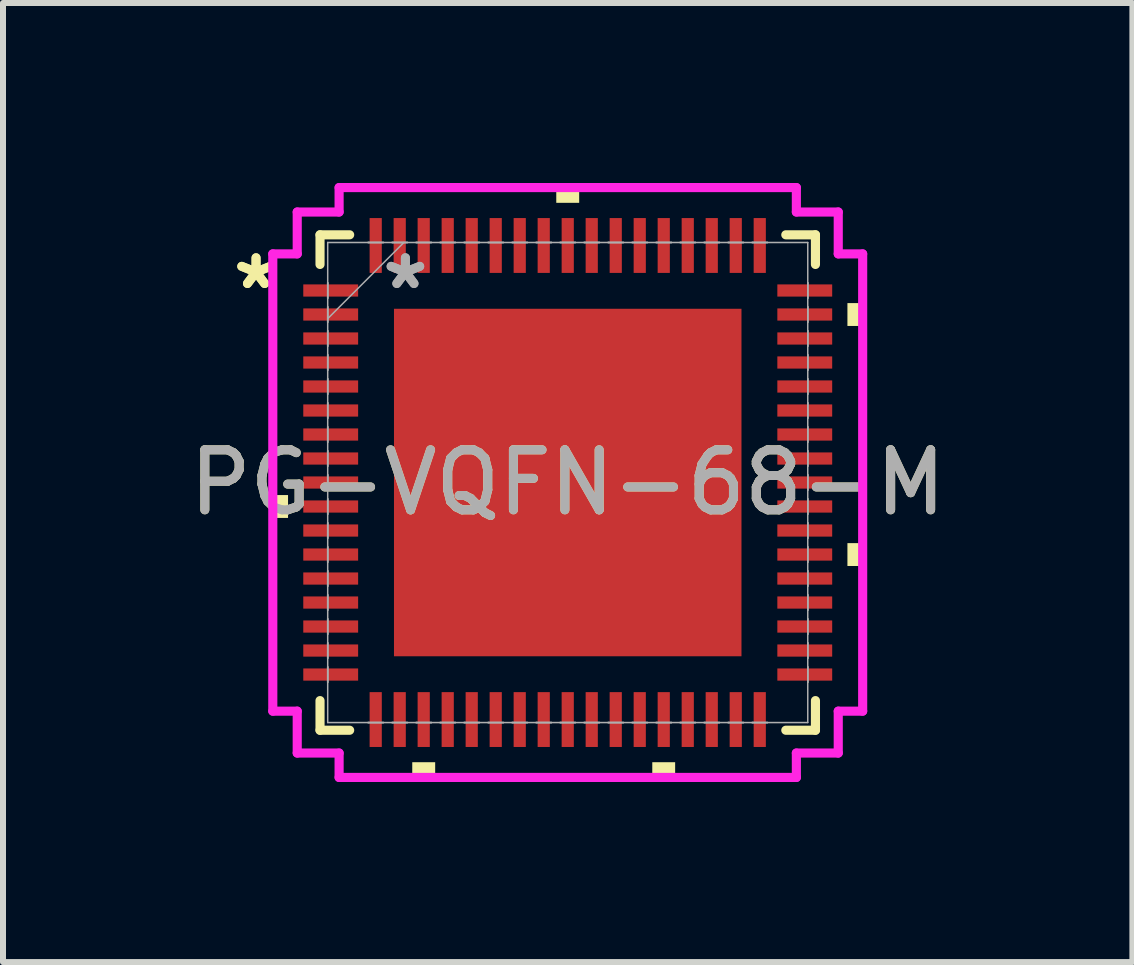
<source format=kicad_pcb>
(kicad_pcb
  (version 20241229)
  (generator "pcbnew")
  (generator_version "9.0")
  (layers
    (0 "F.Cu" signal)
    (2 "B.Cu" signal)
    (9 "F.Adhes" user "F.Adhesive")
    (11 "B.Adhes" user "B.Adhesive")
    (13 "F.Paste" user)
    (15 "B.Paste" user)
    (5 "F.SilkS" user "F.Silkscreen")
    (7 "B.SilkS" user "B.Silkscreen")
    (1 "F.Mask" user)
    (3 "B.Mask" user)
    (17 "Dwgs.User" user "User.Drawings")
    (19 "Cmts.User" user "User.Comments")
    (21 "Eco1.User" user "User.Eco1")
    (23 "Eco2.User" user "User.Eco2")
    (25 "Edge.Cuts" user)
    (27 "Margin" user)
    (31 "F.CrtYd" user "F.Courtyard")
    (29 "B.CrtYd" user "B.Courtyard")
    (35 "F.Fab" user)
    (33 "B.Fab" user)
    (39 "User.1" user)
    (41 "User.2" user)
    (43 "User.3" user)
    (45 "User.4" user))
  (footprint "PG-VQFN-68-M"
    (layer "F.Cu")
    (at 6.411 4.991)
    (property "Reference" "PG-VQFN-68-M" (at 0 0 0) (unlocked yes) (layer "F.SilkS") (effects (font (size 1 1) (thickness 0.15))))
    (attr smd)
    (fp_line (start -4.128 -4.128) (end -4.128 -3.634) (stroke (width 0.152) (type solid)) (layer "F.SilkS"))
    (fp_line (start -4.128 3.634) (end -4.128 4.128) (stroke (width 0.152) (type solid)) (layer "F.SilkS"))
    (fp_line (start -4.128 4.128) (end -3.634 4.128) (stroke (width 0.152) (type solid)) (layer "F.SilkS"))
    (fp_line (start -3.634 -4.128) (end -4.128 -4.128) (stroke (width 0.152) (type solid)) (layer "F.SilkS"))
    (fp_line (start 3.634 4.128) (end 4.128 4.128) (stroke (width 0.152) (type solid)) (layer "F.SilkS"))
    (fp_line (start 4.128 -4.128) (end 3.634 -4.128) (stroke (width 0.152) (type solid)) (layer "F.SilkS"))
    (fp_line (start 4.128 -3.634) (end 4.128 -4.128) (stroke (width 0.152) (type solid)) (layer "F.SilkS"))
    (fp_line (start 4.128 4.128) (end 4.128 3.634) (stroke (width 0.152) (type solid)) (layer "F.SilkS"))
    (fp_poly (pts (xy -4.915 0.209) (xy -4.915 0.59) (xy -4.661 0.59) (xy -4.661 0.209)) (stroke (width 0) (type solid)) (fill yes) (layer "F.SilkS"))
    (fp_poly (pts (xy -2.591 4.661) (xy -2.591 4.915) (xy -2.209 4.915) (xy -2.209 4.661)) (stroke (width 0) (type solid)) (fill yes) (layer "F.SilkS"))
    (fp_poly (pts (xy -0.191 -4.661) (xy -0.191 -4.915) (xy 0.191 -4.915) (xy 0.191 -4.661)) (stroke (width 0) (type solid)) (fill yes) (layer "F.SilkS"))
    (fp_poly (pts (xy 1.409 4.661) (xy 1.409 4.915) (xy 1.79 4.915) (xy 1.79 4.661)) (stroke (width 0) (type solid)) (fill yes) (layer "F.SilkS"))
    (fp_poly (pts (xy 4.915 -2.99) (xy 4.915 -2.609) (xy 4.661 -2.609) (xy 4.661 -2.99)) (stroke (width 0) (type solid)) (fill yes) (layer "F.SilkS"))
    (fp_poly (pts (xy 4.915 1.01) (xy 4.915 1.391) (xy 4.661 1.391) (xy 4.661 1.01)) (stroke (width 0) (type solid)) (fill yes) (layer "F.SilkS"))
    (fp_line (start -4.915 -3.81) (end -4.508 -3.81) (stroke (width 0.152) (type solid)) (layer "F.CrtYd"))
    (fp_line (start -4.915 3.81) (end -4.915 -3.81) (stroke (width 0.152) (type solid)) (layer "F.CrtYd"))
    (fp_line (start -4.508 -4.508) (end -3.81 -4.508) (stroke (width 0.152) (type solid)) (layer "F.CrtYd"))
    (fp_line (start -4.508 -3.81) (end -4.508 -4.508) (stroke (width 0.152) (type solid)) (layer "F.CrtYd"))
    (fp_line (start -4.508 3.81) (end -4.915 3.81) (stroke (width 0.152) (type solid)) (layer "F.CrtYd"))
    (fp_line (start -4.508 4.508) (end -4.508 3.81) (stroke (width 0.152) (type solid)) (layer "F.CrtYd"))
    (fp_line (start -3.81 -4.915) (end 3.81 -4.915) (stroke (width 0.152) (type solid)) (layer "F.CrtYd"))
    (fp_line (start -3.81 -4.508) (end -3.81 -4.915) (stroke (width 0.152) (type solid)) (layer "F.CrtYd"))
    (fp_line (start -3.81 4.508) (end -4.508 4.508) (stroke (width 0.152) (type solid)) (layer "F.CrtYd"))
    (fp_line (start -3.81 4.915) (end -3.81 4.508) (stroke (width 0.152) (type solid)) (layer "F.CrtYd"))
    (fp_line (start 3.81 -4.915) (end 3.81 -4.508) (stroke (width 0.152) (type solid)) (layer "F.CrtYd"))
    (fp_line (start 3.81 -4.508) (end 4.508 -4.508) (stroke (width 0.152) (type solid)) (layer "F.CrtYd"))
    (fp_line (start 3.81 4.508) (end 3.81 4.915) (stroke (width 0.152) (type solid)) (layer "F.CrtYd"))
    (fp_line (start 3.81 4.915) (end -3.81 4.915) (stroke (width 0.152) (type solid)) (layer "F.CrtYd"))
    (fp_line (start 4.508 -4.508) (end 4.508 -3.81) (stroke (width 0.152) (type solid)) (layer "F.CrtYd"))
    (fp_line (start 4.508 -3.81) (end 4.915 -3.81) (stroke (width 0.152) (type solid)) (layer "F.CrtYd"))
    (fp_line (start 4.508 3.81) (end 4.508 4.508) (stroke (width 0.152) (type solid)) (layer "F.CrtYd"))
    (fp_line (start 4.508 4.508) (end 3.81 4.508) (stroke (width 0.152) (type solid)) (layer "F.CrtYd"))
    (fp_line (start 4.915 -3.81) (end 4.915 3.81) (stroke (width 0.152) (type solid)) (layer "F.CrtYd"))
    (fp_line (start 4.915 3.81) (end 4.508 3.81) (stroke (width 0.152) (type solid)) (layer "F.CrtYd"))
    (fp_line (start -4 -4) (end -4 4) (stroke (width 0.025) (type solid)) (layer "F.Fab"))
    (fp_line (start -4 -3.327) (end -4 -3.327) (stroke (width 0.025) (type solid)) (layer "F.Fab"))
    (fp_line (start -4 -3.327) (end -4 -3.073) (stroke (width 0.025) (type solid)) (layer "F.Fab"))
    (fp_line (start -4 -3.073) (end -4 -3.327) (stroke (width 0.025) (type solid)) (layer "F.Fab"))
    (fp_line (start -4 -3.073) (end -4 -3.073) (stroke (width 0.025) (type solid)) (layer "F.Fab"))
    (fp_line (start -4 -2.927) (end -4 -2.927) (stroke (width 0.025) (type solid)) (layer "F.Fab"))
    (fp_line (start -4 -2.927) (end -4 -2.673) (stroke (width 0.025) (type solid)) (layer "F.Fab"))
    (fp_line (start -4 -2.731) (end -2.731 -4) (stroke (width 0.025) (type solid)) (layer "F.Fab"))
    (fp_line (start -4 -2.673) (end -4 -2.927) (stroke (width 0.025) (type solid)) (layer "F.Fab"))
    (fp_line (start -4 -2.673) (end -4 -2.673) (stroke (width 0.025) (type solid)) (layer "F.Fab"))
    (fp_line (start -4 -2.527) (end -4 -2.527) (stroke (width 0.025) (type solid)) (layer "F.Fab"))
    (fp_line (start -4 -2.527) (end -4 -2.273) (stroke (width 0.025) (type solid)) (layer "F.Fab"))
    (fp_line (start -4 -2.273) (end -4 -2.527) (stroke (width 0.025) (type solid)) (layer "F.Fab"))
    (fp_line (start -4 -2.273) (end -4 -2.273) (stroke (width 0.025) (type solid)) (layer "F.Fab"))
    (fp_line (start -4 -2.127) (end -4 -2.127) (stroke (width 0.025) (type solid)) (layer "F.Fab"))
    (fp_line (start -4 -2.127) (end -4 -1.873) (stroke (width 0.025) (type solid)) (layer "F.Fab"))
    (fp_line (start -4 -1.873) (end -4 -2.127) (stroke (width 0.025) (type solid)) (layer "F.Fab"))
    (fp_line (start -4 -1.873) (end -4 -1.873) (stroke (width 0.025) (type solid)) (layer "F.Fab"))
    (fp_line (start -4 -1.727) (end -4 -1.727) (stroke (width 0.025) (type solid)) (layer "F.Fab"))
    (fp_line (start -4 -1.727) (end -4 -1.473) (stroke (width 0.025) (type solid)) (layer "F.Fab"))
    (fp_line (start -4 -1.473) (end -4 -1.727) (stroke (width 0.025) (type solid)) (layer "F.Fab"))
    (fp_line (start -4 -1.473) (end -4 -1.473) (stroke (width 0.025) (type solid)) (layer "F.Fab"))
    (fp_line (start -4 -1.327) (end -4 -1.327) (stroke (width 0.025) (type solid)) (layer "F.Fab"))
    (fp_line (start -4 -1.327) (end -4 -1.073) (stroke (width 0.025) (type solid)) (layer "F.Fab"))
    (fp_line (start -4 -1.073) (end -4 -1.327) (stroke (width 0.025) (type solid)) (layer "F.Fab"))
    (fp_line (start -4 -1.073) (end -4 -1.073) (stroke (width 0.025) (type solid)) (layer "F.Fab"))
    (fp_line (start -4 -0.927) (end -4 -0.927) (stroke (width 0.025) (type solid)) (layer "F.Fab"))
    (fp_line (start -4 -0.927) (end -4 -0.673) (stroke (width 0.025) (type solid)) (layer "F.Fab"))
    (fp_line (start -4 -0.673) (end -4 -0.927) (stroke (width 0.025) (type solid)) (layer "F.Fab"))
    (fp_line (start -4 -0.673) (end -4 -0.673) (stroke (width 0.025) (type solid)) (layer "F.Fab"))
    (fp_line (start -4 -0.527) (end -4 -0.527) (stroke (width 0.025) (type solid)) (layer "F.Fab"))
    (fp_line (start -4 -0.527) (end -4 -0.273) (stroke (width 0.025) (type solid)) (layer "F.Fab"))
    (fp_line (start -4 -0.273) (end -4 -0.527) (stroke (width 0.025) (type solid)) (layer "F.Fab"))
    (fp_line (start -4 -0.273) (end -4 -0.273) (stroke (width 0.025) (type solid)) (layer "F.Fab"))
    (fp_line (start -4 -0.127) (end -4 -0.127) (stroke (width 0.025) (type solid)) (layer "F.Fab"))
    (fp_line (start -4 -0.127) (end -4 0.127) (stroke (width 0.025) (type solid)) (layer "F.Fab"))
    (fp_line (start -4 0.127) (end -4 -0.127) (stroke (width 0.025) (type solid)) (layer "F.Fab"))
    (fp_line (start -4 0.127) (end -4 0.127) (stroke (width 0.025) (type solid)) (layer "F.Fab"))
    (fp_line (start -4 0.273) (end -4 0.273) (stroke (width 0.025) (type solid)) (layer "F.Fab"))
    (fp_line (start -4 0.273) (end -4 0.527) (stroke (width 0.025) (type solid)) (layer "F.Fab"))
    (fp_line (start -4 0.527) (end -4 0.273) (stroke (width 0.025) (type solid)) (layer "F.Fab"))
    (fp_line (start -4 0.527) (end -4 0.527) (stroke (width 0.025) (type solid)) (layer "F.Fab"))
    (fp_line (start -4 0.673) (end -4 0.673) (stroke (width 0.025) (type solid)) (layer "F.Fab"))
    (fp_line (start -4 0.673) (end -4 0.927) (stroke (width 0.025) (type solid)) (layer "F.Fab"))
    (fp_line (start -4 0.927) (end -4 0.673) (stroke (width 0.025) (type solid)) (layer "F.Fab"))
    (fp_line (start -4 0.927) (end -4 0.927) (stroke (width 0.025) (type solid)) (layer "F.Fab"))
    (fp_line (start -4 1.073) (end -4 1.073) (stroke (width 0.025) (type solid)) (layer "F.Fab"))
    (fp_line (start -4 1.073) (end -4 1.327) (stroke (width 0.025) (type solid)) (layer "F.Fab"))
    (fp_line (start -4 1.327) (end -4 1.073) (stroke (width 0.025) (type solid)) (layer "F.Fab"))
    (fp_line (start -4 1.327) (end -4 1.327) (stroke (width 0.025) (type solid)) (layer "F.Fab"))
    (fp_line (start -4 1.473) (end -4 1.473) (stroke (width 0.025) (type solid)) (layer "F.Fab"))
    (fp_line (start -4 1.473) (end -4 1.727) (stroke (width 0.025) (type solid)) (layer "F.Fab"))
    (fp_line (start -4 1.727) (end -4 1.473) (stroke (width 0.025) (type solid)) (layer "F.Fab"))
    (fp_line (start -4 1.727) (end -4 1.727) (stroke (width 0.025) (type solid)) (layer "F.Fab"))
    (fp_line (start -4 1.873) (end -4 1.873) (stroke (width 0.025) (type solid)) (layer "F.Fab"))
    (fp_line (start -4 1.873) (end -4 2.127) (stroke (width 0.025) (type solid)) (layer "F.Fab"))
    (fp_line (start -4 2.127) (end -4 1.873) (stroke (width 0.025) (type solid)) (layer "F.Fab"))
    (fp_line (start -4 2.127) (end -4 2.127) (stroke (width 0.025) (type solid)) (layer "F.Fab"))
    (fp_line (start -4 2.273) (end -4 2.273) (stroke (width 0.025) (type solid)) (layer "F.Fab"))
    (fp_line (start -4 2.273) (end -4 2.527) (stroke (width 0.025) (type solid)) (layer "F.Fab"))
    (fp_line (start -4 2.527) (end -4 2.273) (stroke (width 0.025) (type solid)) (layer "F.Fab"))
    (fp_line (start -4 2.527) (end -4 2.527) (stroke (width 0.025) (type solid)) (layer "F.Fab"))
    (fp_line (start -4 2.673) (end -4 2.673) (stroke (width 0.025) (type solid)) (layer "F.Fab"))
    (fp_line (start -4 2.673) (end -4 2.927) (stroke (width 0.025) (type solid)) (layer "F.Fab"))
    (fp_line (start -4 2.927) (end -4 2.673) (stroke (width 0.025) (type solid)) (layer "F.Fab"))
    (fp_line (start -4 2.927) (end -4 2.927) (stroke (width 0.025) (type solid)) (layer "F.Fab"))
    (fp_line (start -4 3.073) (end -4 3.073) (stroke (width 0.025) (type solid)) (layer "F.Fab"))
    (fp_line (start -4 3.073) (end -4 3.327) (stroke (width 0.025) (type solid)) (layer "F.Fab"))
    (fp_line (start -4 3.327) (end -4 3.073) (stroke (width 0.025) (type solid)) (layer "F.Fab"))
    (fp_line (start -4 3.327) (end -4 3.327) (stroke (width 0.025) (type solid)) (layer "F.Fab"))
    (fp_line (start -4 4) (end 4 4) (stroke (width 0.025) (type solid)) (layer "F.Fab"))
    (fp_line (start -3.327 -4) (end -3.327 -4) (stroke (width 0.025) (type solid)) (layer "F.Fab"))
    (fp_line (start -3.327 -4) (end -3.073 -4) (stroke (width 0.025) (type solid)) (layer "F.Fab"))
    (fp_line (start -3.327 4) (end -3.327 4) (stroke (width 0.025) (type solid)) (layer "F.Fab"))
    (fp_line (start -3.327 4) (end -3.073 4) (stroke (width 0.025) (type solid)) (layer "F.Fab"))
    (fp_line (start -3.073 -4) (end -3.327 -4) (stroke (width 0.025) (type solid)) (layer "F.Fab"))
    (fp_line (start -3.073 -4) (end -3.073 -4) (stroke (width 0.025) (type solid)) (layer "F.Fab"))
    (fp_line (start -3.073 4) (end -3.327 4) (stroke (width 0.025) (type solid)) (layer "F.Fab"))
    (fp_line (start -3.073 4) (end -3.073 4) (stroke (width 0.025) (type solid)) (layer "F.Fab"))
    (fp_line (start -2.927 -4) (end -2.927 -4) (stroke (width 0.025) (type solid)) (layer "F.Fab"))
    (fp_line (start -2.927 -4) (end -2.673 -4) (stroke (width 0.025) (type solid)) (layer "F.Fab"))
    (fp_line (start -2.927 4) (end -2.927 4) (stroke (width 0.025) (type solid)) (layer "F.Fab"))
    (fp_line (start -2.927 4) (end -2.673 4) (stroke (width 0.025) (type solid)) (layer "F.Fab"))
    (fp_line (start -2.673 -4) (end -2.927 -4) (stroke (width 0.025) (type solid)) (layer "F.Fab"))
    (fp_line (start -2.673 -4) (end -2.673 -4) (stroke (width 0.025) (type solid)) (layer "F.Fab"))
    (fp_line (start -2.673 4) (end -2.927 4) (stroke (width 0.025) (type solid)) (layer "F.Fab"))
    (fp_line (start -2.673 4) (end -2.673 4) (stroke (width 0.025) (type solid)) (layer "F.Fab"))
    (fp_line (start -2.527 -4) (end -2.527 -4) (stroke (width 0.025) (type solid)) (layer "F.Fab"))
    (fp_line (start -2.527 -4) (end -2.273 -4) (stroke (width 0.025) (type solid)) (layer "F.Fab"))
    (fp_line (start -2.527 4) (end -2.527 4) (stroke (width 0.025) (type solid)) (layer "F.Fab"))
    (fp_line (start -2.527 4) (end -2.273 4) (stroke (width 0.025) (type solid)) (layer "F.Fab"))
    (fp_line (start -2.273 -4) (end -2.527 -4) (stroke (width 0.025) (type solid)) (layer "F.Fab"))
    (fp_line (start -2.273 -4) (end -2.273 -4) (stroke (width 0.025) (type solid)) (layer "F.Fab"))
    (fp_line (start -2.273 4) (end -2.527 4) (stroke (width 0.025) (type solid)) (layer "F.Fab"))
    (fp_line (start -2.273 4) (end -2.273 4) (stroke (width 0.025) (type solid)) (layer "F.Fab"))
    (fp_line (start -2.127 -4) (end -2.127 -4) (stroke (width 0.025) (type solid)) (layer "F.Fab"))
    (fp_line (start -2.127 -4) (end -1.873 -4) (stroke (width 0.025) (type solid)) (layer "F.Fab"))
    (fp_line (start -2.127 4) (end -2.127 4) (stroke (width 0.025) (type solid)) (layer "F.Fab"))
    (fp_line (start -2.127 4) (end -1.873 4) (stroke (width 0.025) (type solid)) (layer "F.Fab"))
    (fp_line (start -1.873 -4) (end -2.127 -4) (stroke (width 0.025) (type solid)) (layer "F.Fab"))
    (fp_line (start -1.873 -4) (end -1.873 -4) (stroke (width 0.025) (type solid)) (layer "F.Fab"))
    (fp_line (start -1.873 4) (end -2.127 4) (stroke (width 0.025) (type solid)) (layer "F.Fab"))
    (fp_line (start -1.873 4) (end -1.873 4) (stroke (width 0.025) (type solid)) (layer "F.Fab"))
    (fp_line (start -1.727 -4) (end -1.727 -4) (stroke (width 0.025) (type solid)) (layer "F.Fab"))
    (fp_line (start -1.727 -4) (end -1.473 -4) (stroke (width 0.025) (type solid)) (layer "F.Fab"))
    (fp_line (start -1.727 4) (end -1.727 4) (stroke (width 0.025) (type solid)) (layer "F.Fab"))
    (fp_line (start -1.727 4) (end -1.473 4) (stroke (width 0.025) (type solid)) (layer "F.Fab"))
    (fp_line (start -1.473 -4) (end -1.727 -4) (stroke (width 0.025) (type solid)) (layer "F.Fab"))
    (fp_line (start -1.473 -4) (end -1.473 -4) (stroke (width 0.025) (type solid)) (layer "F.Fab"))
    (fp_line (start -1.473 4) (end -1.727 4) (stroke (width 0.025) (type solid)) (layer "F.Fab"))
    (fp_line (start -1.473 4) (end -1.473 4) (stroke (width 0.025) (type solid)) (layer "F.Fab"))
    (fp_line (start -1.327 -4) (end -1.327 -4) (stroke (width 0.025) (type solid)) (layer "F.Fab"))
    (fp_line (start -1.327 -4) (end -1.073 -4) (stroke (width 0.025) (type solid)) (layer "F.Fab"))
    (fp_line (start -1.327 4) (end -1.327 4) (stroke (width 0.025) (type solid)) (layer "F.Fab"))
    (fp_line (start -1.327 4) (end -1.073 4) (stroke (width 0.025) (type solid)) (layer "F.Fab"))
    (fp_line (start -1.073 -4) (end -1.327 -4) (stroke (width 0.025) (type solid)) (layer "F.Fab"))
    (fp_line (start -1.073 -4) (end -1.073 -4) (stroke (width 0.025) (type solid)) (layer "F.Fab"))
    (fp_line (start -1.073 4) (end -1.327 4) (stroke (width 0.025) (type solid)) (layer "F.Fab"))
    (fp_line (start -1.073 4) (end -1.073 4) (stroke (width 0.025) (type solid)) (layer "F.Fab"))
    (fp_line (start -0.927 -4) (end -0.927 -4) (stroke (width 0.025) (type solid)) (layer "F.Fab"))
    (fp_line (start -0.927 -4) (end -0.673 -4) (stroke (width 0.025) (type solid)) (layer "F.Fab"))
    (fp_line (start -0.927 4) (end -0.927 4) (stroke (width 0.025) (type solid)) (layer "F.Fab"))
    (fp_line (start -0.927 4) (end -0.673 4) (stroke (width 0.025) (type solid)) (layer "F.Fab"))
    (fp_line (start -0.673 -4) (end -0.927 -4) (stroke (width 0.025) (type solid)) (layer "F.Fab"))
    (fp_line (start -0.673 -4) (end -0.673 -4) (stroke (width 0.025) (type solid)) (layer "F.Fab"))
    (fp_line (start -0.673 4) (end -0.927 4) (stroke (width 0.025) (type solid)) (layer "F.Fab"))
    (fp_line (start -0.673 4) (end -0.673 4) (stroke (width 0.025) (type solid)) (layer "F.Fab"))
    (fp_line (start -0.527 -4) (end -0.527 -4) (stroke (width 0.025) (type solid)) (layer "F.Fab"))
    (fp_line (start -0.527 -4) (end -0.273 -4) (stroke (width 0.025) (type solid)) (layer "F.Fab"))
    (fp_line (start -0.527 4) (end -0.527 4) (stroke (width 0.025) (type solid)) (layer "F.Fab"))
    (fp_line (start -0.527 4) (end -0.273 4) (stroke (width 0.025) (type solid)) (layer "F.Fab"))
    (fp_line (start -0.273 -4) (end -0.527 -4) (stroke (width 0.025) (type solid)) (layer "F.Fab"))
    (fp_line (start -0.273 -4) (end -0.273 -4) (stroke (width 0.025) (type solid)) (layer "F.Fab"))
    (fp_line (start -0.273 4) (end -0.527 4) (stroke (width 0.025) (type solid)) (layer "F.Fab"))
    (fp_line (start -0.273 4) (end -0.273 4) (stroke (width 0.025) (type solid)) (layer "F.Fab"))
    (fp_line (start -0.127 -4) (end -0.127 -4) (stroke (width 0.025) (type solid)) (layer "F.Fab"))
    (fp_line (start -0.127 -4) (end 0.127 -4) (stroke (width 0.025) (type solid)) (layer "F.Fab"))
    (fp_line (start -0.127 4) (end -0.127 4) (stroke (width 0.025) (type solid)) (layer "F.Fab"))
    (fp_line (start -0.127 4) (end 0.127 4) (stroke (width 0.025) (type solid)) (layer "F.Fab"))
    (fp_line (start 0.127 -4) (end -0.127 -4) (stroke (width 0.025) (type solid)) (layer "F.Fab"))
    (fp_line (start 0.127 -4) (end 0.127 -4) (stroke (width 0.025) (type solid)) (layer "F.Fab"))
    (fp_line (start 0.127 4) (end -0.127 4) (stroke (width 0.025) (type solid)) (layer "F.Fab"))
    (fp_line (start 0.127 4) (end 0.127 4) (stroke (width 0.025) (type solid)) (layer "F.Fab"))
    (fp_line (start 0.273 -4) (end 0.273 -4) (stroke (width 0.025) (type solid)) (layer "F.Fab"))
    (fp_line (start 0.273 -4) (end 0.527 -4) (stroke (width 0.025) (type solid)) (layer "F.Fab"))
    (fp_line (start 0.273 4) (end 0.273 4) (stroke (width 0.025) (type solid)) (layer "F.Fab"))
    (fp_line (start 0.273 4) (end 0.527 4) (stroke (width 0.025) (type solid)) (layer "F.Fab"))
    (fp_line (start 0.527 -4) (end 0.273 -4) (stroke (width 0.025) (type solid)) (layer "F.Fab"))
    (fp_line (start 0.527 -4) (end 0.527 -4) (stroke (width 0.025) (type solid)) (layer "F.Fab"))
    (fp_line (start 0.527 4) (end 0.273 4) (stroke (width 0.025) (type solid)) (layer "F.Fab"))
    (fp_line (start 0.527 4) (end 0.527 4) (stroke (width 0.025) (type solid)) (layer "F.Fab"))
    (fp_line (start 0.673 -4) (end 0.673 -4) (stroke (width 0.025) (type solid)) (layer "F.Fab"))
    (fp_line (start 0.673 -4) (end 0.927 -4) (stroke (width 0.025) (type solid)) (layer "F.Fab"))
    (fp_line (start 0.673 4) (end 0.673 4) (stroke (width 0.025) (type solid)) (layer "F.Fab"))
    (fp_line (start 0.673 4) (end 0.927 4) (stroke (width 0.025) (type solid)) (layer "F.Fab"))
    (fp_line (start 0.927 -4) (end 0.673 -4) (stroke (width 0.025) (type solid)) (layer "F.Fab"))
    (fp_line (start 0.927 -4) (end 0.927 -4) (stroke (width 0.025) (type solid)) (layer "F.Fab"))
    (fp_line (start 0.927 4) (end 0.673 4) (stroke (width 0.025) (type solid)) (layer "F.Fab"))
    (fp_line (start 0.927 4) (end 0.927 4) (stroke (width 0.025) (type solid)) (layer "F.Fab"))
    (fp_line (start 1.073 -4) (end 1.073 -4) (stroke (width 0.025) (type solid)) (layer "F.Fab"))
    (fp_line (start 1.073 -4) (end 1.327 -4) (stroke (width 0.025) (type solid)) (layer "F.Fab"))
    (fp_line (start 1.073 4) (end 1.073 4) (stroke (width 0.025) (type solid)) (layer "F.Fab"))
    (fp_line (start 1.073 4) (end 1.327 4) (stroke (width 0.025) (type solid)) (layer "F.Fab"))
    (fp_line (start 1.327 -4) (end 1.073 -4) (stroke (width 0.025) (type solid)) (layer "F.Fab"))
    (fp_line (start 1.327 -4) (end 1.327 -4) (stroke (width 0.025) (type solid)) (layer "F.Fab"))
    (fp_line (start 1.327 4) (end 1.073 4) (stroke (width 0.025) (type solid)) (layer "F.Fab"))
    (fp_line (start 1.327 4) (end 1.327 4) (stroke (width 0.025) (type solid)) (layer "F.Fab"))
    (fp_line (start 1.473 -4) (end 1.473 -4) (stroke (width 0.025) (type solid)) (layer "F.Fab"))
    (fp_line (start 1.473 -4) (end 1.727 -4) (stroke (width 0.025) (type solid)) (layer "F.Fab"))
    (fp_line (start 1.473 4) (end 1.473 4) (stroke (width 0.025) (type solid)) (layer "F.Fab"))
    (fp_line (start 1.473 4) (end 1.727 4) (stroke (width 0.025) (type solid)) (layer "F.Fab"))
    (fp_line (start 1.727 -4) (end 1.473 -4) (stroke (width 0.025) (type solid)) (layer "F.Fab"))
    (fp_line (start 1.727 -4) (end 1.727 -4) (stroke (width 0.025) (type solid)) (layer "F.Fab"))
    (fp_line (start 1.727 4) (end 1.473 4) (stroke (width 0.025) (type solid)) (layer "F.Fab"))
    (fp_line (start 1.727 4) (end 1.727 4) (stroke (width 0.025) (type solid)) (layer "F.Fab"))
    (fp_line (start 1.873 -4) (end 1.873 -4) (stroke (width 0.025) (type solid)) (layer "F.Fab"))
    (fp_line (start 1.873 -4) (end 2.127 -4) (stroke (width 0.025) (type solid)) (layer "F.Fab"))
    (fp_line (start 1.873 4) (end 1.873 4) (stroke (width 0.025) (type solid)) (layer "F.Fab"))
    (fp_line (start 1.873 4) (end 2.127 4) (stroke (width 0.025) (type solid)) (layer "F.Fab"))
    (fp_line (start 2.127 -4) (end 1.873 -4) (stroke (width 0.025) (type solid)) (layer "F.Fab"))
    (fp_line (start 2.127 -4) (end 2.127 -4) (stroke (width 0.025) (type solid)) (layer "F.Fab"))
    (fp_line (start 2.127 4) (end 1.873 4) (stroke (width 0.025) (type solid)) (layer "F.Fab"))
    (fp_line (start 2.127 4) (end 2.127 4) (stroke (width 0.025) (type solid)) (layer "F.Fab"))
    (fp_line (start 2.273 -4) (end 2.273 -4) (stroke (width 0.025) (type solid)) (layer "F.Fab"))
    (fp_line (start 2.273 -4) (end 2.527 -4) (stroke (width 0.025) (type solid)) (layer "F.Fab"))
    (fp_line (start 2.273 4) (end 2.273 4) (stroke (width 0.025) (type solid)) (layer "F.Fab"))
    (fp_line (start 2.273 4) (end 2.527 4) (stroke (width 0.025) (type solid)) (layer "F.Fab"))
    (fp_line (start 2.527 -4) (end 2.273 -4) (stroke (width 0.025) (type solid)) (layer "F.Fab"))
    (fp_line (start 2.527 -4) (end 2.527 -4) (stroke (width 0.025) (type solid)) (layer "F.Fab"))
    (fp_line (start 2.527 4) (end 2.273 4) (stroke (width 0.025) (type solid)) (layer "F.Fab"))
    (fp_line (start 2.527 4) (end 2.527 4) (stroke (width 0.025) (type solid)) (layer "F.Fab"))
    (fp_line (start 2.673 -4) (end 2.673 -4) (stroke (width 0.025) (type solid)) (layer "F.Fab"))
    (fp_line (start 2.673 -4) (end 2.927 -4) (stroke (width 0.025) (type solid)) (layer "F.Fab"))
    (fp_line (start 2.673 4) (end 2.673 4) (stroke (width 0.025) (type solid)) (layer "F.Fab"))
    (fp_line (start 2.673 4) (end 2.927 4) (stroke (width 0.025) (type solid)) (layer "F.Fab"))
    (fp_line (start 2.927 -4) (end 2.673 -4) (stroke (width 0.025) (type solid)) (layer "F.Fab"))
    (fp_line (start 2.927 -4) (end 2.927 -4) (stroke (width 0.025) (type solid)) (layer "F.Fab"))
    (fp_line (start 2.927 4) (end 2.673 4) (stroke (width 0.025) (type solid)) (layer "F.Fab"))
    (fp_line (start 2.927 4) (end 2.927 4) (stroke (width 0.025) (type solid)) (layer "F.Fab"))
    (fp_line (start 3.073 -4) (end 3.073 -4) (stroke (width 0.025) (type solid)) (layer "F.Fab"))
    (fp_line (start 3.073 -4) (end 3.327 -4) (stroke (width 0.025) (type solid)) (layer "F.Fab"))
    (fp_line (start 3.073 4) (end 3.073 4) (stroke (width 0.025) (type solid)) (layer "F.Fab"))
    (fp_line (start 3.073 4) (end 3.327 4) (stroke (width 0.025) (type solid)) (layer "F.Fab"))
    (fp_line (start 3.327 -4) (end 3.073 -4) (stroke (width 0.025) (type solid)) (layer "F.Fab"))
    (fp_line (start 3.327 -4) (end 3.327 -4) (stroke (width 0.025) (type solid)) (layer "F.Fab"))
    (fp_line (start 3.327 4) (end 3.073 4) (stroke (width 0.025) (type solid)) (layer "F.Fab"))
    (fp_line (start 3.327 4) (end 3.327 4) (stroke (width 0.025) (type solid)) (layer "F.Fab"))
    (fp_line (start 4 -4) (end -4 -4) (stroke (width 0.025) (type solid)) (layer "F.Fab"))
    (fp_line (start 4 -3.327) (end 4 -3.327) (stroke (width 0.025) (type solid)) (layer "F.Fab"))
    (fp_line (start 4 -3.327) (end 4 -3.073) (stroke (width 0.025) (type solid)) (layer "F.Fab"))
    (fp_line (start 4 -3.073) (end 4 -3.327) (stroke (width 0.025) (type solid)) (layer "F.Fab"))
    (fp_line (start 4 -3.073) (end 4 -3.073) (stroke (width 0.025) (type solid)) (layer "F.Fab"))
    (fp_line (start 4 -2.927) (end 4 -2.927) (stroke (width 0.025) (type solid)) (layer "F.Fab"))
    (fp_line (start 4 -2.927) (end 4 -2.673) (stroke (width 0.025) (type solid)) (layer "F.Fab"))
    (fp_line (start 4 -2.673) (end 4 -2.927) (stroke (width 0.025) (type solid)) (layer "F.Fab"))
    (fp_line (start 4 -2.673) (end 4 -2.673) (stroke (width 0.025) (type solid)) (layer "F.Fab"))
    (fp_line (start 4 -2.527) (end 4 -2.527) (stroke (width 0.025) (type solid)) (layer "F.Fab"))
    (fp_line (start 4 -2.527) (end 4 -2.273) (stroke (width 0.025) (type solid)) (layer "F.Fab"))
    (fp_line (start 4 -2.273) (end 4 -2.527) (stroke (width 0.025) (type solid)) (layer "F.Fab"))
    (fp_line (start 4 -2.273) (end 4 -2.273) (stroke (width 0.025) (type solid)) (layer "F.Fab"))
    (fp_line (start 4 -2.127) (end 4 -2.127) (stroke (width 0.025) (type solid)) (layer "F.Fab"))
    (fp_line (start 4 -2.127) (end 4 -1.873) (stroke (width 0.025) (type solid)) (layer "F.Fab"))
    (fp_line (start 4 -1.873) (end 4 -2.127) (stroke (width 0.025) (type solid)) (layer "F.Fab"))
    (fp_line (start 4 -1.873) (end 4 -1.873) (stroke (width 0.025) (type solid)) (layer "F.Fab"))
    (fp_line (start 4 -1.727) (end 4 -1.727) (stroke (width 0.025) (type solid)) (layer "F.Fab"))
    (fp_line (start 4 -1.727) (end 4 -1.473) (stroke (width 0.025) (type solid)) (layer "F.Fab"))
    (fp_line (start 4 -1.473) (end 4 -1.727) (stroke (width 0.025) (type solid)) (layer "F.Fab"))
    (fp_line (start 4 -1.473) (end 4 -1.473) (stroke (width 0.025) (type solid)) (layer "F.Fab"))
    (fp_line (start 4 -1.327) (end 4 -1.327) (stroke (width 0.025) (type solid)) (layer "F.Fab"))
    (fp_line (start 4 -1.327) (end 4 -1.073) (stroke (width 0.025) (type solid)) (layer "F.Fab"))
    (fp_line (start 4 -1.073) (end 4 -1.327) (stroke (width 0.025) (type solid)) (layer "F.Fab"))
    (fp_line (start 4 -1.073) (end 4 -1.073) (stroke (width 0.025) (type solid)) (layer "F.Fab"))
    (fp_line (start 4 -0.927) (end 4 -0.927) (stroke (width 0.025) (type solid)) (layer "F.Fab"))
    (fp_line (start 4 -0.927) (end 4 -0.673) (stroke (width 0.025) (type solid)) (layer "F.Fab"))
    (fp_line (start 4 -0.673) (end 4 -0.927) (stroke (width 0.025) (type solid)) (layer "F.Fab"))
    (fp_line (start 4 -0.673) (end 4 -0.673) (stroke (width 0.025) (type solid)) (layer "F.Fab"))
    (fp_line (start 4 -0.527) (end 4 -0.527) (stroke (width 0.025) (type solid)) (layer "F.Fab"))
    (fp_line (start 4 -0.527) (end 4 -0.273) (stroke (width 0.025) (type solid)) (layer "F.Fab"))
    (fp_line (start 4 -0.273) (end 4 -0.527) (stroke (width 0.025) (type solid)) (layer "F.Fab"))
    (fp_line (start 4 -0.273) (end 4 -0.273) (stroke (width 0.025) (type solid)) (layer "F.Fab"))
    (fp_line (start 4 -0.127) (end 4 -0.127) (stroke (width 0.025) (type solid)) (layer "F.Fab"))
    (fp_line (start 4 -0.127) (end 4 0.127) (stroke (width 0.025) (type solid)) (layer "F.Fab"))
    (fp_line (start 4 0.127) (end 4 -0.127) (stroke (width 0.025) (type solid)) (layer "F.Fab"))
    (fp_line (start 4 0.127) (end 4 0.127) (stroke (width 0.025) (type solid)) (layer "F.Fab"))
    (fp_line (start 4 0.273) (end 4 0.273) (stroke (width 0.025) (type solid)) (layer "F.Fab"))
    (fp_line (start 4 0.273) (end 4 0.527) (stroke (width 0.025) (type solid)) (layer "F.Fab"))
    (fp_line (start 4 0.527) (end 4 0.273) (stroke (width 0.025) (type solid)) (layer "F.Fab"))
    (fp_line (start 4 0.527) (end 4 0.527) (stroke (width 0.025) (type solid)) (layer "F.Fab"))
    (fp_line (start 4 0.673) (end 4 0.673) (stroke (width 0.025) (type solid)) (layer "F.Fab"))
    (fp_line (start 4 0.673) (end 4 0.927) (stroke (width 0.025) (type solid)) (layer "F.Fab"))
    (fp_line (start 4 0.927) (end 4 0.673) (stroke (width 0.025) (type solid)) (layer "F.Fab"))
    (fp_line (start 4 0.927) (end 4 0.927) (stroke (width 0.025) (type solid)) (layer "F.Fab"))
    (fp_line (start 4 1.073) (end 4 1.073) (stroke (width 0.025) (type solid)) (layer "F.Fab"))
    (fp_line (start 4 1.073) (end 4 1.327) (stroke (width 0.025) (type solid)) (layer "F.Fab"))
    (fp_line (start 4 1.327) (end 4 1.073) (stroke (width 0.025) (type solid)) (layer "F.Fab"))
    (fp_line (start 4 1.327) (end 4 1.327) (stroke (width 0.025) (type solid)) (layer "F.Fab"))
    (fp_line (start 4 1.473) (end 4 1.473) (stroke (width 0.025) (type solid)) (layer "F.Fab"))
    (fp_line (start 4 1.473) (end 4 1.727) (stroke (width 0.025) (type solid)) (layer "F.Fab"))
    (fp_line (start 4 1.727) (end 4 1.473) (stroke (width 0.025) (type solid)) (layer "F.Fab"))
    (fp_line (start 4 1.727) (end 4 1.727) (stroke (width 0.025) (type solid)) (layer "F.Fab"))
    (fp_line (start 4 1.873) (end 4 1.873) (stroke (width 0.025) (type solid)) (layer "F.Fab"))
    (fp_line (start 4 1.873) (end 4 2.127) (stroke (width 0.025) (type solid)) (layer "F.Fab"))
    (fp_line (start 4 2.127) (end 4 1.873) (stroke (width 0.025) (type solid)) (layer "F.Fab"))
    (fp_line (start 4 2.127) (end 4 2.127) (stroke (width 0.025) (type solid)) (layer "F.Fab"))
    (fp_line (start 4 2.273) (end 4 2.273) (stroke (width 0.025) (type solid)) (layer "F.Fab"))
    (fp_line (start 4 2.273) (end 4 2.527) (stroke (width 0.025) (type solid)) (layer "F.Fab"))
    (fp_line (start 4 2.527) (end 4 2.273) (stroke (width 0.025) (type solid)) (layer "F.Fab"))
    (fp_line (start 4 2.527) (end 4 2.527) (stroke (width 0.025) (type solid)) (layer "F.Fab"))
    (fp_line (start 4 2.673) (end 4 2.673) (stroke (width 0.025) (type solid)) (layer "F.Fab"))
    (fp_line (start 4 2.673) (end 4 2.927) (stroke (width 0.025) (type solid)) (layer "F.Fab"))
    (fp_line (start 4 2.927) (end 4 2.673) (stroke (width 0.025) (type solid)) (layer "F.Fab"))
    (fp_line (start 4 2.927) (end 4 2.927) (stroke (width 0.025) (type solid)) (layer "F.Fab"))
    (fp_line (start 4 3.073) (end 4 3.073) (stroke (width 0.025) (type solid)) (layer "F.Fab"))
    (fp_line (start 4 3.073) (end 4 3.327) (stroke (width 0.025) (type solid)) (layer "F.Fab"))
    (fp_line (start 4 3.327) (end 4 3.073) (stroke (width 0.025) (type solid)) (layer "F.Fab"))
    (fp_line (start 4 3.327) (end 4 3.327) (stroke (width 0.025) (type solid)) (layer "F.Fab"))
    (fp_line (start 4 4) (end 4 -4) (stroke (width 0.025) (type solid)) (layer "F.Fab"))
    (fp_text user "*" (at -5.194 -3.2 0) (layer "F.SilkS") (effects (font (size 1 1) (thickness 0.15))))
    (fp_text user "*" (at -5.194 -3.2 0) (unlocked yes) (layer "F.SilkS") (effects (font (size 1 1) (thickness 0.15))))
    (fp_text user "${REFERENCE}" (at 0 0 0) (unlocked yes) (layer "F.Fab") (effects (font (size 1 1) (thickness 0.15))))
    (fp_text user "*" (at -2.705 -3.2 0) (layer "F.Fab") (effects (font (size 1 1) (thickness 0.15))))
    (fp_text user "*" (at -2.705 -3.2 0) (unlocked yes) (layer "F.Fab") (effects (font (size 1 1) (thickness 0.15))))
    (pad "1" smd rect (at -3.95 -3.2 90) (size 0.203 0.914) (layers "F.Cu" "F.Mask" "F.Paste"))
    (pad "2" smd rect (at -3.95 -2.8 90) (size 0.203 0.914) (layers "F.Cu" "F.Mask" "F.Paste"))
    (pad "3" smd rect (at -3.95 -2.4 90) (size 0.203 0.914) (layers "F.Cu" "F.Mask" "F.Paste"))
    (pad "4" smd rect (at -3.95 -2 90) (size 0.203 0.914) (layers "F.Cu" "F.Mask" "F.Paste"))
    (pad "5" smd rect (at -3.95 -1.6 90) (size 0.203 0.914) (layers "F.Cu" "F.Mask" "F.Paste"))
    (pad "6" smd rect (at -3.95 -1.2 90) (size 0.203 0.914) (layers "F.Cu" "F.Mask" "F.Paste"))
    (pad "7" smd rect (at -3.95 -0.8 90) (size 0.203 0.914) (layers "F.Cu" "F.Mask" "F.Paste"))
    (pad "8" smd rect (at -3.95 -0.4 90) (size 0.203 0.914) (layers "F.Cu" "F.Mask" "F.Paste"))
    (pad "9" smd rect (at -3.95 0 90) (size 0.203 0.914) (layers "F.Cu" "F.Mask" "F.Paste"))
    (pad "10" smd rect (at -3.95 0.4 90) (size 0.203 0.914) (layers "F.Cu" "F.Mask" "F.Paste"))
    (pad "11" smd rect (at -3.95 0.8 90) (size 0.203 0.914) (layers "F.Cu" "F.Mask" "F.Paste"))
    (pad "12" smd rect (at -3.95 1.2 90) (size 0.203 0.914) (layers "F.Cu" "F.Mask" "F.Paste"))
    (pad "13" smd rect (at -3.95 1.6 90) (size 0.203 0.914) (layers "F.Cu" "F.Mask" "F.Paste"))
    (pad "14" smd rect (at -3.95 2 90) (size 0.203 0.914) (layers "F.Cu" "F.Mask" "F.Paste"))
    (pad "15" smd rect (at -3.95 2.4 90) (size 0.203 0.914) (layers "F.Cu" "F.Mask" "F.Paste"))
    (pad "16" smd rect (at -3.95 2.8 90) (size 0.203 0.914) (layers "F.Cu" "F.Mask" "F.Paste"))
    (pad "17" smd rect (at -3.95 3.2 90) (size 0.203 0.914) (layers "F.Cu" "F.Mask" "F.Paste"))
    (pad "18" smd rect (at -3.2 3.95) (size 0.203 0.914) (layers "F.Cu" "F.Mask" "F.Paste"))
    (pad "19" smd rect (at -2.8 3.95) (size 0.203 0.914) (layers "F.Cu" "F.Mask" "F.Paste"))
    (pad "20" smd rect (at -2.4 3.95) (size 0.203 0.914) (layers "F.Cu" "F.Mask" "F.Paste"))
    (pad "21" smd rect (at -2 3.95) (size 0.203 0.914) (layers "F.Cu" "F.Mask" "F.Paste"))
    (pad "22" smd rect (at -1.6 3.95) (size 0.203 0.914) (layers "F.Cu" "F.Mask" "F.Paste"))
    (pad "23" smd rect (at -1.2 3.95) (size 0.203 0.914) (layers "F.Cu" "F.Mask" "F.Paste"))
    (pad "24" smd rect (at -0.8 3.95) (size 0.203 0.914) (layers "F.Cu" "F.Mask" "F.Paste"))
    (pad "25" smd rect (at -0.4 3.95) (size 0.203 0.914) (layers "F.Cu" "F.Mask" "F.Paste"))
    (pad "26" smd rect (at 0 3.95) (size 0.203 0.914) (layers "F.Cu" "F.Mask" "F.Paste"))
    (pad "27" smd rect (at 0.4 3.95) (size 0.203 0.914) (layers "F.Cu" "F.Mask" "F.Paste"))
    (pad "28" smd rect (at 0.8 3.95) (size 0.203 0.914) (layers "F.Cu" "F.Mask" "F.Paste"))
    (pad "29" smd rect (at 1.2 3.95) (size 0.203 0.914) (layers "F.Cu" "F.Mask" "F.Paste"))
    (pad "30" smd rect (at 1.6 3.95) (size 0.203 0.914) (layers "F.Cu" "F.Mask" "F.Paste"))
    (pad "31" smd rect (at 2 3.95) (size 0.203 0.914) (layers "F.Cu" "F.Mask" "F.Paste"))
    (pad "32" smd rect (at 2.4 3.95) (size 0.203 0.914) (layers "F.Cu" "F.Mask" "F.Paste"))
    (pad "33" smd rect (at 2.8 3.95) (size 0.203 0.914) (layers "F.Cu" "F.Mask" "F.Paste"))
    (pad "34" smd rect (at 3.2 3.95) (size 0.203 0.914) (layers "F.Cu" "F.Mask" "F.Paste"))
    (pad "35" smd rect (at 3.95 3.2 90) (size 0.203 0.914) (layers "F.Cu" "F.Mask" "F.Paste"))
    (pad "36" smd rect (at 3.95 2.8 90) (size 0.203 0.914) (layers "F.Cu" "F.Mask" "F.Paste"))
    (pad "37" smd rect (at 3.95 2.4 90) (size 0.203 0.914) (layers "F.Cu" "F.Mask" "F.Paste"))
    (pad "38" smd rect (at 3.95 2 90) (size 0.203 0.914) (layers "F.Cu" "F.Mask" "F.Paste"))
    (pad "39" smd rect (at 3.95 1.6 90) (size 0.203 0.914) (layers "F.Cu" "F.Mask" "F.Paste"))
    (pad "40" smd rect (at 3.95 1.2 90) (size 0.203 0.914) (layers "F.Cu" "F.Mask" "F.Paste"))
    (pad "41" smd rect (at 3.95 0.8 90) (size 0.203 0.914) (layers "F.Cu" "F.Mask" "F.Paste"))
    (pad "42" smd rect (at 3.95 0.4 90) (size 0.203 0.914) (layers "F.Cu" "F.Mask" "F.Paste"))
    (pad "43" smd rect (at 3.95 0 90) (size 0.203 0.914) (layers "F.Cu" "F.Mask" "F.Paste"))
    (pad "44" smd rect (at 3.95 -0.4 90) (size 0.203 0.914) (layers "F.Cu" "F.Mask" "F.Paste"))
    (pad "45" smd rect (at 3.95 -0.8 90) (size 0.203 0.914) (layers "F.Cu" "F.Mask" "F.Paste"))
    (pad "46" smd rect (at 3.95 -1.2 90) (size 0.203 0.914) (layers "F.Cu" "F.Mask" "F.Paste"))
    (pad "47" smd rect (at 3.95 -1.6 90) (size 0.203 0.914) (layers "F.Cu" "F.Mask" "F.Paste"))
    (pad "48" smd rect (at 3.95 -2 90) (size 0.203 0.914) (layers "F.Cu" "F.Mask" "F.Paste"))
    (pad "49" smd rect (at 3.95 -2.4 90) (size 0.203 0.914) (layers "F.Cu" "F.Mask" "F.Paste"))
    (pad "50" smd rect (at 3.95 -2.8 90) (size 0.203 0.914) (layers "F.Cu" "F.Mask" "F.Paste"))
    (pad "51" smd rect (at 3.95 -3.2 90) (size 0.203 0.914) (layers "F.Cu" "F.Mask" "F.Paste"))
    (pad "52" smd rect (at 3.2 -3.95) (size 0.203 0.914) (layers "F.Cu" "F.Mask" "F.Paste"))
    (pad "53" smd rect (at 2.8 -3.95) (size 0.203 0.914) (layers "F.Cu" "F.Mask" "F.Paste"))
    (pad "54" smd rect (at 2.4 -3.95) (size 0.203 0.914) (layers "F.Cu" "F.Mask" "F.Paste"))
    (pad "55" smd rect (at 2 -3.95) (size 0.203 0.914) (layers "F.Cu" "F.Mask" "F.Paste"))
    (pad "56" smd rect (at 1.6 -3.95) (size 0.203 0.914) (layers "F.Cu" "F.Mask" "F.Paste"))
    (pad "57" smd rect (at 1.2 -3.95) (size 0.203 0.914) (layers "F.Cu" "F.Mask" "F.Paste"))
    (pad "58" smd rect (at 0.8 -3.95) (size 0.203 0.914) (layers "F.Cu" "F.Mask" "F.Paste"))
    (pad "59" smd rect (at 0.4 -3.95) (size 0.203 0.914) (layers "F.Cu" "F.Mask" "F.Paste"))
    (pad "60" smd rect (at 0 -3.95) (size 0.203 0.914) (layers "F.Cu" "F.Mask" "F.Paste"))
    (pad "61" smd rect (at -0.4 -3.95) (size 0.203 0.914) (layers "F.Cu" "F.Mask" "F.Paste"))
    (pad "62" smd rect (at -0.8 -3.95) (size 0.203 0.914) (layers "F.Cu" "F.Mask" "F.Paste"))
    (pad "63" smd rect (at -1.2 -3.95) (size 0.203 0.914) (layers "F.Cu" "F.Mask" "F.Paste"))
    (pad "64" smd rect (at -1.6 -3.95) (size 0.203 0.914) (layers "F.Cu" "F.Mask" "F.Paste"))
    (pad "65" smd rect (at -2 -3.95) (size 0.203 0.914) (layers "F.Cu" "F.Mask" "F.Paste"))
    (pad "66" smd rect (at -2.4 -3.95) (size 0.203 0.914) (layers "F.Cu" "F.Mask" "F.Paste"))
    (pad "67" smd rect (at -2.8 -3.95) (size 0.203 0.914) (layers "F.Cu" "F.Mask" "F.Paste"))
    (pad "68" smd rect (at -3.2 -3.95) (size 0.203 0.914) (layers "F.Cu" "F.Mask" "F.Paste"))
    (pad "69" smd rect (at 0 0) (size 5.791 5.791) (layers "F.Cu" "F.Mask" "F.Paste")))
  (gr_rect
    (start -3 -3)
    (end 15.821 12.982)
    (stroke (width 0.1) (type default))
    (fill no)
    (layer "Edge.Cuts")))
</source>
